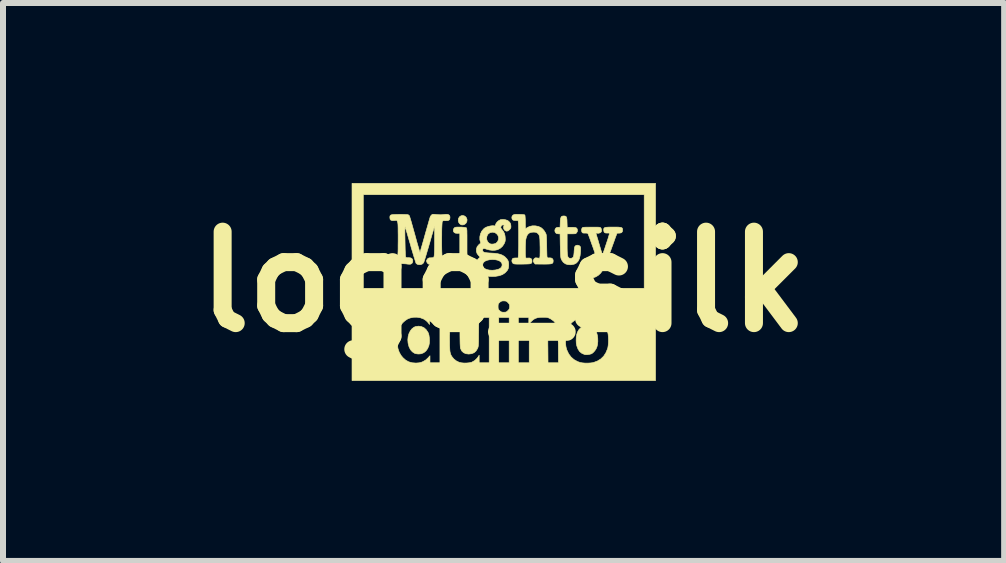
<source format=kicad_pcb>
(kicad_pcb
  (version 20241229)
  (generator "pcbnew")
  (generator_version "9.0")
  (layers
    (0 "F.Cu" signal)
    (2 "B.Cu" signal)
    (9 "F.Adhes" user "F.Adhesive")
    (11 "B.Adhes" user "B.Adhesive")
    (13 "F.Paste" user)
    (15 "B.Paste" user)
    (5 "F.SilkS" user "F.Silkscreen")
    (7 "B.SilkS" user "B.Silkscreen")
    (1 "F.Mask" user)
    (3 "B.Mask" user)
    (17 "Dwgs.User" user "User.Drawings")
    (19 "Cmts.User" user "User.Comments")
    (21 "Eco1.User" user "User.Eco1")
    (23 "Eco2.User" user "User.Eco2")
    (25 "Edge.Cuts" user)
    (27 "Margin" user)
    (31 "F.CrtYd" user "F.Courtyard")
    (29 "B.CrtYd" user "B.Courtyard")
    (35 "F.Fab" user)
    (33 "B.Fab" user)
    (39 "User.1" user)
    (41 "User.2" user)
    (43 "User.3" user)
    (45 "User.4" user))
  (footprint "logo_silk"
    (layer "F.Cu")
    (at 5.341 1.645)
    (property "Reference" "logo_silk" (at 0 0 0) (layer "F.SilkS") (effects (font (size 1.524 1.524) (thickness 0.3))))
    (attr through_hole)
    (fp_poly (pts (xy -0.655 -1.098) (xy -0.632 -1.083) (xy -0.616 -1.061) (xy -0.608 -1.033) (xy -0.611 -1.005) (xy -0.624 -0.978) (xy -0.646 -0.958) (xy -0.673 -0.947) (xy -0.7 -0.948) (xy -0.708 -0.95) (xy -0.733 -0.968) (xy -0.749 -0.993) (xy -0.755 -1.023) (xy -0.751 -1.053) (xy -0.736 -1.079) (xy -0.734 -1.082) (xy -0.708 -1.099) (xy -0.681 -1.104) (xy -0.655 -1.098)) (stroke (width 0.01) (type solid)) (fill yes) (layer "F.SilkS"))
    (fp_poly (pts (xy -1.369 0.747) (xy -1.326 0.766) (xy -1.29 0.798) (xy -1.26 0.842) (xy -1.253 0.856) (xy -1.243 0.889) (xy -1.237 0.932) (xy -1.234 0.978) (xy -1.236 1.022) (xy -1.243 1.059) (xy -1.243 1.06) (xy -1.264 1.112) (xy -1.293 1.153) (xy -1.33 1.183) (xy -1.373 1.2) (xy -1.412 1.204) (xy -1.441 1.202) (xy -1.468 1.197) (xy -1.48 1.193) (xy -1.519 1.168) (xy -1.551 1.132) (xy -1.575 1.084) (xy -1.59 1.026) (xy -1.591 1.024) (xy -1.595 0.968) (xy -1.59 0.914) (xy -1.576 0.864) (xy -1.554 0.82) (xy -1.526 0.784) (xy -1.492 0.758) (xy -1.466 0.747) (xy -1.416 0.74) (xy -1.369 0.747)) (stroke (width 0.01) (type solid)) (fill yes) (layer "F.SilkS"))
    (fp_poly (pts (xy 1.439 0.739) (xy 1.481 0.757) (xy 1.516 0.788) (xy 1.543 0.831) (xy 1.553 0.854) (xy 1.564 0.895) (xy 1.57 0.943) (xy 1.571 0.995) (xy 1.566 1.045) (xy 1.557 1.083) (xy 1.542 1.118) (xy 1.52 1.151) (xy 1.494 1.179) (xy 1.469 1.199) (xy 1.463 1.201) (xy 1.432 1.21) (xy 1.397 1.215) (xy 1.365 1.215) (xy 1.353 1.213) (xy 1.307 1.194) (xy 1.269 1.164) (xy 1.241 1.122) (xy 1.221 1.069) (xy 1.212 1.024) (xy 1.21 0.975) (xy 1.212 0.925) (xy 1.22 0.878) (xy 1.232 0.84) (xy 1.232 0.84) (xy 1.259 0.794) (xy 1.292 0.762) (xy 1.333 0.741) (xy 1.381 0.733) (xy 1.39 0.733) (xy 1.439 0.739)) (stroke (width 0.01) (type solid)) (fill yes) (layer "F.SilkS"))
    (fp_poly (pts (xy -0.703 -0.911) (xy -0.671 -0.908) (xy -0.643 -0.905) (xy -0.624 -0.901) (xy -0.619 -0.898) (xy -0.616 -0.893) (xy -0.614 -0.884) (xy -0.612 -0.869) (xy -0.61 -0.847) (xy -0.61 -0.816) (xy -0.609 -0.776) (xy -0.609 -0.724) (xy -0.609 -0.659) (xy -0.609 -0.652) (xy -0.609 -0.594) (xy -0.609 -0.541) (xy -0.609 -0.494) (xy -0.608 -0.455) (xy -0.607 -0.426) (xy -0.606 -0.409) (xy -0.606 -0.405) (xy -0.6 -0.397) (xy -0.587 -0.395) (xy -0.566 -0.397) (xy -0.543 -0.398) (xy -0.528 -0.395) (xy -0.516 -0.386) (xy -0.503 -0.363) (xy -0.502 -0.337) (xy -0.513 -0.313) (xy -0.515 -0.311) (xy -0.523 -0.302) (xy -0.532 -0.298) (xy -0.547 -0.296) (xy -0.571 -0.296) (xy -0.585 -0.297) (xy -0.627 -0.299) (xy -0.658 -0.3) (xy -0.682 -0.3) (xy -0.703 -0.299) (xy -0.725 -0.297) (xy -0.748 -0.295) (xy -0.777 -0.293) (xy -0.796 -0.293) (xy -0.808 -0.296) (xy -0.819 -0.302) (xy -0.82 -0.303) (xy -0.833 -0.32) (xy -0.837 -0.343) (xy -0.837 -0.345) (xy -0.832 -0.372) (xy -0.816 -0.389) (xy -0.79 -0.398) (xy -0.766 -0.398) (xy -0.729 -0.396) (xy -0.729 -0.809) (xy -0.764 -0.807) (xy -0.798 -0.809) (xy -0.821 -0.819) (xy -0.834 -0.838) (xy -0.835 -0.838) (xy -0.837 -0.862) (xy -0.83 -0.885) (xy -0.815 -0.902) (xy -0.81 -0.905) (xy -0.794 -0.909) (xy -0.769 -0.911) (xy -0.737 -0.911) (xy -0.703 -0.911)) (stroke (width 0.01) (type solid)) (fill yes) (layer "F.SilkS"))
    (fp_poly (pts (xy 1.022 -1.095) (xy 1.037 -1.09) (xy 1.047 -1.079) (xy 1.053 -1.059) (xy 1.057 -1.03) (xy 1.058 -0.991) (xy 1.061 -0.907) (xy 1.131 -0.907) (xy 1.17 -0.906) (xy 1.197 -0.903) (xy 1.214 -0.897) (xy 1.224 -0.886) (xy 1.23 -0.869) (xy 1.231 -0.864) (xy 1.231 -0.84) (xy 1.22 -0.82) (xy 1.219 -0.818) (xy 1.211 -0.809) (xy 1.203 -0.803) (xy 1.191 -0.8) (xy 1.172 -0.799) (xy 1.142 -0.798) (xy 1.132 -0.798) (xy 1.06 -0.798) (xy 1.06 -0.624) (xy 1.06 -0.561) (xy 1.061 -0.511) (xy 1.063 -0.473) (xy 1.066 -0.444) (xy 1.07 -0.423) (xy 1.077 -0.409) (xy 1.085 -0.399) (xy 1.096 -0.393) (xy 1.099 -0.392) (xy 1.125 -0.389) (xy 1.149 -0.399) (xy 1.161 -0.41) (xy 1.167 -0.425) (xy 1.172 -0.453) (xy 1.176 -0.494) (xy 1.176 -0.501) (xy 1.179 -0.54) (xy 1.182 -0.566) (xy 1.187 -0.583) (xy 1.193 -0.594) (xy 1.194 -0.595) (xy 1.213 -0.607) (xy 1.238 -0.609) (xy 1.262 -0.601) (xy 1.271 -0.594) (xy 1.278 -0.586) (xy 1.282 -0.577) (xy 1.284 -0.563) (xy 1.284 -0.542) (xy 1.283 -0.51) (xy 1.283 -0.502) (xy 1.276 -0.436) (xy 1.263 -0.383) (xy 1.242 -0.342) (xy 1.214 -0.312) (xy 1.178 -0.293) (xy 1.134 -0.284) (xy 1.108 -0.283) (xy 1.07 -0.286) (xy 1.038 -0.296) (xy 1.03 -0.299) (xy 0.995 -0.325) (xy 0.969 -0.362) (xy 0.957 -0.391) (xy 0.954 -0.407) (xy 0.951 -0.436) (xy 0.949 -0.477) (xy 0.947 -0.528) (xy 0.946 -0.588) (xy 0.945 -0.608) (xy 0.942 -0.798) (xy 0.917 -0.798) (xy 0.887 -0.802) (xy 0.868 -0.815) (xy 0.858 -0.833) (xy 0.855 -0.858) (xy 0.86 -0.876) (xy 0.871 -0.894) (xy 0.888 -0.904) (xy 0.914 -0.907) (xy 0.918 -0.907) (xy 0.942 -0.907) (xy 0.945 -0.987) (xy 0.947 -1.029) (xy 0.952 -1.059) (xy 0.96 -1.079) (xy 0.971 -1.09) (xy 0.988 -1.095) (xy 1.001 -1.096) (xy 1.022 -1.095)) (stroke (width 0.01) (type solid)) (fill yes) (layer "F.SilkS"))
    (fp_poly (pts (xy 1.915 -0.91) (xy 1.944 -0.907) (xy 1.963 -0.903) (xy 1.975 -0.896) (xy 1.982 -0.885) (xy 1.984 -0.871) (xy 1.984 -0.861) (xy 1.98 -0.835) (xy 1.966 -0.818) (xy 1.941 -0.811) (xy 1.925 -0.81) (xy 1.891 -0.809) (xy 1.86 -0.726) (xy 1.849 -0.695) (xy 1.834 -0.653) (xy 1.816 -0.604) (xy 1.797 -0.551) (xy 1.777 -0.497) (xy 1.767 -0.468) (xy 1.74 -0.394) (xy 1.716 -0.332) (xy 1.695 -0.28) (xy 1.676 -0.238) (xy 1.658 -0.204) (xy 1.641 -0.175) (xy 1.624 -0.152) (xy 1.615 -0.14) (xy 1.575 -0.104) (xy 1.528 -0.078) (xy 1.477 -0.063) (xy 1.426 -0.06) (xy 1.394 -0.065) (xy 1.361 -0.079) (xy 1.328 -0.103) (xy 1.301 -0.131) (xy 1.294 -0.142) (xy 1.28 -0.177) (xy 1.279 -0.211) (xy 1.287 -0.243) (xy 1.305 -0.269) (xy 1.331 -0.287) (xy 1.363 -0.294) (xy 1.365 -0.294) (xy 1.394 -0.287) (xy 1.417 -0.27) (xy 1.43 -0.246) (xy 1.433 -0.218) (xy 1.426 -0.194) (xy 1.419 -0.178) (xy 1.415 -0.17) (xy 1.415 -0.169) (xy 1.422 -0.168) (xy 1.438 -0.167) (xy 1.445 -0.167) (xy 1.483 -0.174) (xy 1.518 -0.192) (xy 1.546 -0.22) (xy 1.566 -0.255) (xy 1.575 -0.294) (xy 1.575 -0.3) (xy 1.573 -0.315) (xy 1.568 -0.338) (xy 1.559 -0.37) (xy 1.546 -0.412) (xy 1.528 -0.464) (xy 1.506 -0.529) (xy 1.494 -0.564) (xy 1.474 -0.619) (xy 1.456 -0.67) (xy 1.44 -0.715) (xy 1.426 -0.753) (xy 1.415 -0.781) (xy 1.408 -0.799) (xy 1.406 -0.804) (xy 1.394 -0.809) (xy 1.37 -0.811) (xy 1.359 -0.811) (xy 1.334 -0.811) (xy 1.319 -0.814) (xy 1.31 -0.822) (xy 1.309 -0.823) (xy 1.301 -0.844) (xy 1.3 -0.868) (xy 1.306 -0.889) (xy 1.31 -0.896) (xy 1.315 -0.9) (xy 1.318 -0.903) (xy 1.323 -0.906) (xy 1.332 -0.907) (xy 1.346 -0.908) (xy 1.367 -0.909) (xy 1.398 -0.909) (xy 1.44 -0.91) (xy 1.469 -0.91) (xy 1.518 -0.91) (xy 1.554 -0.91) (xy 1.58 -0.909) (xy 1.597 -0.908) (xy 1.609 -0.905) (xy 1.616 -0.902) (xy 1.62 -0.898) (xy 1.629 -0.882) (xy 1.633 -0.859) (xy 1.631 -0.837) (xy 1.627 -0.83) (xy 1.61 -0.816) (xy 1.584 -0.808) (xy 1.562 -0.809) (xy 1.545 -0.811) (xy 1.539 -0.808) (xy 1.54 -0.804) (xy 1.543 -0.795) (xy 1.55 -0.774) (xy 1.559 -0.742) (xy 1.571 -0.704) (xy 1.584 -0.659) (xy 1.593 -0.628) (xy 1.609 -0.574) (xy 1.621 -0.533) (xy 1.631 -0.502) (xy 1.638 -0.481) (xy 1.642 -0.467) (xy 1.646 -0.46) (xy 1.648 -0.457) (xy 1.65 -0.457) (xy 1.651 -0.459) (xy 1.655 -0.467) (xy 1.663 -0.487) (xy 1.673 -0.516) (xy 1.686 -0.552) (xy 1.699 -0.592) (xy 1.713 -0.634) (xy 1.727 -0.676) (xy 1.74 -0.715) (xy 1.75 -0.749) (xy 1.758 -0.776) (xy 1.763 -0.792) (xy 1.763 -0.796) (xy 1.762 -0.806) (xy 1.756 -0.811) (xy 1.741 -0.812) (xy 1.726 -0.811) (xy 1.697 -0.813) (xy 1.679 -0.823) (xy 1.671 -0.843) (xy 1.669 -0.864) (xy 1.67 -0.879) (xy 1.673 -0.891) (xy 1.681 -0.899) (xy 1.695 -0.905) (xy 1.716 -0.908) (xy 1.748 -0.91) (xy 1.791 -0.911) (xy 1.823 -0.911) (xy 1.876 -0.911) (xy 1.915 -0.91)) (stroke (width 0.01) (type solid)) (fill yes) (layer "F.SilkS"))
    (fp_poly (pts (xy 0.253 -1.122) (xy 0.262 -1.122) (xy 0.301 -1.121) (xy 0.328 -1.119) (xy 0.345 -1.117) (xy 0.354 -1.112) (xy 0.356 -1.11) (xy 0.358 -1.099) (xy 0.36 -1.077) (xy 0.362 -1.046) (xy 0.363 -1.009) (xy 0.363 -0.992) (xy 0.363 -0.955) (xy 0.364 -0.923) (xy 0.365 -0.9) (xy 0.366 -0.887) (xy 0.366 -0.885) (xy 0.374 -0.889) (xy 0.389 -0.898) (xy 0.396 -0.903) (xy 0.436 -0.922) (xy 0.483 -0.932) (xy 0.533 -0.931) (xy 0.582 -0.921) (xy 0.624 -0.902) (xy 0.654 -0.877) (xy 0.682 -0.843) (xy 0.704 -0.805) (xy 0.711 -0.785) (xy 0.713 -0.77) (xy 0.715 -0.743) (xy 0.717 -0.707) (xy 0.718 -0.663) (xy 0.719 -0.616) (xy 0.719 -0.599) (xy 0.72 -0.551) (xy 0.721 -0.506) (xy 0.722 -0.468) (xy 0.723 -0.439) (xy 0.724 -0.421) (xy 0.725 -0.417) (xy 0.729 -0.404) (xy 0.737 -0.398) (xy 0.752 -0.397) (xy 0.761 -0.398) (xy 0.793 -0.396) (xy 0.815 -0.384) (xy 0.826 -0.364) (xy 0.827 -0.35) (xy 0.826 -0.332) (xy 0.823 -0.318) (xy 0.814 -0.308) (xy 0.8 -0.301) (xy 0.777 -0.297) (xy 0.745 -0.295) (xy 0.701 -0.294) (xy 0.657 -0.294) (xy 0.527 -0.295) (xy 0.51 -0.315) (xy 0.496 -0.337) (xy 0.496 -0.357) (xy 0.508 -0.38) (xy 0.509 -0.381) (xy 0.52 -0.392) (xy 0.53 -0.398) (xy 0.547 -0.398) (xy 0.563 -0.396) (xy 0.602 -0.392) (xy 0.606 -0.416) (xy 0.608 -0.431) (xy 0.608 -0.457) (xy 0.609 -0.493) (xy 0.609 -0.536) (xy 0.609 -0.583) (xy 0.608 -0.596) (xy 0.607 -0.653) (xy 0.606 -0.697) (xy 0.603 -0.731) (xy 0.599 -0.756) (xy 0.593 -0.775) (xy 0.585 -0.789) (xy 0.575 -0.801) (xy 0.562 -0.812) (xy 0.545 -0.822) (xy 0.524 -0.826) (xy 0.497 -0.827) (xy 0.455 -0.823) (xy 0.422 -0.808) (xy 0.398 -0.783) (xy 0.381 -0.746) (xy 0.37 -0.7) (xy 0.368 -0.675) (xy 0.366 -0.641) (xy 0.364 -0.601) (xy 0.363 -0.558) (xy 0.363 -0.516) (xy 0.363 -0.476) (xy 0.364 -0.442) (xy 0.366 -0.418) (xy 0.368 -0.408) (xy 0.372 -0.398) (xy 0.379 -0.394) (xy 0.395 -0.394) (xy 0.406 -0.395) (xy 0.438 -0.395) (xy 0.46 -0.385) (xy 0.472 -0.365) (xy 0.474 -0.345) (xy 0.473 -0.329) (xy 0.47 -0.317) (xy 0.463 -0.308) (xy 0.45 -0.302) (xy 0.43 -0.298) (xy 0.4 -0.296) (xy 0.36 -0.295) (xy 0.311 -0.294) (xy 0.262 -0.294) (xy 0.226 -0.294) (xy 0.2 -0.295) (xy 0.182 -0.297) (xy 0.171 -0.299) (xy 0.163 -0.303) (xy 0.156 -0.308) (xy 0.154 -0.31) (xy 0.141 -0.332) (xy 0.139 -0.358) (xy 0.148 -0.381) (xy 0.158 -0.39) (xy 0.173 -0.394) (xy 0.199 -0.396) (xy 0.201 -0.396) (xy 0.243 -0.396) (xy 0.248 -0.45) (xy 0.249 -0.475) (xy 0.25 -0.511) (xy 0.251 -0.556) (xy 0.252 -0.608) (xy 0.252 -0.664) (xy 0.252 -0.722) (xy 0.252 -0.779) (xy 0.252 -0.834) (xy 0.251 -0.884) (xy 0.25 -0.926) (xy 0.249 -0.958) (xy 0.248 -0.976) (xy 0.243 -1.02) (xy 0.214 -1.02) (xy 0.192 -1.021) (xy 0.175 -1.022) (xy 0.173 -1.022) (xy 0.154 -1.03) (xy 0.142 -1.047) (xy 0.138 -1.068) (xy 0.142 -1.091) (xy 0.156 -1.109) (xy 0.156 -1.109) (xy 0.166 -1.115) (xy 0.177 -1.119) (xy 0.193 -1.122) (xy 0.218 -1.123) (xy 0.253 -1.122)) (stroke (width 0.01) (type solid)) (fill yes) (layer "F.SilkS"))
    (fp_poly (pts (xy 0.031 -1.033) (xy 0.065 -1.022) (xy 0.075 -1.016) (xy 0.104 -0.99) (xy 0.119 -0.959) (xy 0.123 -0.925) (xy 0.122 -0.902) (xy 0.114 -0.884) (xy 0.099 -0.867) (xy 0.073 -0.847) (xy 0.049 -0.843) (xy 0.027 -0.852) (xy 0.018 -0.86) (xy 0.005 -0.879) (xy -0.000115 -0.902) (xy 0.002 -0.923) (xy 0.008 -0.934) (xy 0.011 -0.941) (xy 0.000382 -0.947) (xy -0.019 -0.946) (xy -0.036 -0.933) (xy -0.044 -0.916) (xy -0.047 -0.903) (xy -0.042 -0.891) (xy -0.029 -0.873) (xy -0.026 -0.869) (xy -0.000107 -0.835) (xy 0.016 -0.802) (xy 0.025 -0.763) (xy 0.028 -0.731) (xy 0.029 -0.7) (xy 0.027 -0.677) (xy 0.021 -0.658) (xy 0.011 -0.635) (xy -0.017 -0.592) (xy -0.056 -0.557) (xy -0.1 -0.534) (xy -0.104 -0.533) (xy -0.144 -0.525) (xy -0.19 -0.524) (xy -0.238 -0.53) (xy -0.282 -0.542) (xy -0.288 -0.544) (xy -0.317 -0.554) (xy -0.336 -0.553) (xy -0.346 -0.542) (xy -0.348 -0.526) (xy -0.346 -0.511) (xy -0.339 -0.5) (xy -0.325 -0.492) (xy -0.302 -0.486) (xy -0.269 -0.482) (xy -0.223 -0.478) (xy -0.212 -0.478) (xy -0.148 -0.474) (xy -0.097 -0.467) (xy -0.056 -0.457) (xy -0.022 -0.444) (xy 0.008 -0.426) (xy 0.025 -0.413) (xy 0.056 -0.381) (xy 0.076 -0.349) (xy 0.085 -0.314) (xy 0.086 -0.271) (xy 0.083 -0.241) (xy 0.078 -0.219) (xy 0.069 -0.2) (xy 0.061 -0.187) (xy 0.026 -0.149) (xy -0.019 -0.119) (xy -0.075 -0.1) (xy -0.141 -0.089) (xy -0.194 -0.088) (xy -0.229 -0.089) (xy -0.264 -0.092) (xy -0.293 -0.096) (xy -0.301 -0.097) (xy -0.357 -0.117) (xy -0.401 -0.144) (xy -0.435 -0.179) (xy -0.456 -0.221) (xy -0.464 -0.268) (xy -0.464 -0.273) (xy -0.463 -0.292) (xy -0.347 -0.292) (xy -0.346 -0.264) (xy -0.337 -0.241) (xy -0.314 -0.219) (xy -0.279 -0.203) (xy -0.236 -0.194) (xy -0.188 -0.191) (xy -0.136 -0.196) (xy -0.089 -0.207) (xy -0.055 -0.223) (xy -0.034 -0.244) (xy -0.032 -0.247) (xy -0.023 -0.277) (xy -0.027 -0.305) (xy -0.041 -0.326) (xy -0.066 -0.346) (xy -0.101 -0.36) (xy -0.142 -0.368) (xy -0.186 -0.37) (xy -0.231 -0.367) (xy -0.272 -0.358) (xy -0.308 -0.343) (xy -0.333 -0.323) (xy -0.337 -0.318) (xy -0.347 -0.292) (xy -0.463 -0.292) (xy -0.462 -0.311) (xy -0.452 -0.34) (xy -0.433 -0.368) (xy -0.42 -0.382) (xy -0.391 -0.411) (xy -0.416 -0.437) (xy -0.441 -0.47) (xy -0.453 -0.508) (xy -0.452 -0.546) (xy -0.44 -0.583) (xy -0.415 -0.614) (xy -0.398 -0.629) (xy -0.383 -0.642) (xy -0.382 -0.653) (xy -0.395 -0.7) (xy -0.395 -0.733) (xy -0.282 -0.733) (xy -0.279 -0.7) (xy -0.267 -0.67) (xy -0.246 -0.646) (xy -0.217 -0.63) (xy -0.214 -0.629) (xy -0.191 -0.627) (xy -0.162 -0.63) (xy -0.136 -0.637) (xy -0.125 -0.643) (xy -0.1 -0.667) (xy -0.086 -0.699) (xy -0.082 -0.733) (xy -0.091 -0.767) (xy -0.092 -0.769) (xy -0.115 -0.799) (xy -0.145 -0.819) (xy -0.18 -0.826) (xy -0.216 -0.821) (xy -0.232 -0.814) (xy -0.259 -0.793) (xy -0.275 -0.764) (xy -0.282 -0.733) (xy -0.395 -0.733) (xy -0.395 -0.75) (xy -0.384 -0.798) (xy -0.363 -0.843) (xy -0.332 -0.88) (xy -0.314 -0.895) (xy -0.284 -0.911) (xy -0.248 -0.923) (xy -0.21 -0.931) (xy -0.177 -0.934) (xy -0.167 -0.933) (xy -0.149 -0.93) (xy -0.14 -0.934) (xy -0.135 -0.946) (xy -0.134 -0.951) (xy -0.123 -0.975) (xy -0.103 -1) (xy -0.077 -1.021) (xy -0.052 -1.033) (xy -0.047 -1.035) (xy -0.008 -1.038) (xy 0.031 -1.033)) (stroke (width 0.01) (type solid)) (fill yes) (layer "F.SilkS"))
    (fp_poly (pts (xy -1.142 -1.123) (xy -1.119 -1.12) (xy -1.079 -1.117) (xy -1.042 -1.116) (xy -1.016 -1.118) (xy -0.97 -1.123) (xy -0.937 -1.123) (xy -0.914 -1.116) (xy -0.9 -1.103) (xy -0.893 -1.082) (xy -0.893 -1.067) (xy -0.897 -1.042) (xy -0.91 -1.026) (xy -0.933 -1.018) (xy -0.968 -1.017) (xy -0.97 -1.017) (xy -0.994 -1.018) (xy -1.008 -1.016) (xy -1.016 -1.01) (xy -1.021 -1.001) (xy -1.023 -0.99) (xy -1.025 -0.965) (xy -1.027 -0.93) (xy -1.029 -0.887) (xy -1.03 -0.837) (xy -1.03 -0.782) (xy -1.031 -0.725) (xy -1.031 -0.668) (xy -1.031 -0.612) (xy -1.03 -0.56) (xy -1.029 -0.513) (xy -1.027 -0.473) (xy -1.026 -0.444) (xy -1.023 -0.425) (xy -1.023 -0.422) (xy -1.018 -0.41) (xy -1.011 -0.403) (xy -1 -0.4) (xy -0.979 -0.399) (xy -0.966 -0.399) (xy -0.937 -0.398) (xy -0.918 -0.395) (xy -0.907 -0.388) (xy -0.905 -0.386) (xy -0.895 -0.365) (xy -0.893 -0.34) (xy -0.9 -0.315) (xy -0.908 -0.304) (xy -0.916 -0.297) (xy -0.925 -0.293) (xy -0.939 -0.291) (xy -0.96 -0.292) (xy -0.992 -0.294) (xy -0.993 -0.294) (xy -1.046 -0.298) (xy -1.089 -0.3) (xy -1.127 -0.3) (xy -1.166 -0.297) (xy -1.192 -0.295) (xy -1.22 -0.292) (xy -1.238 -0.292) (xy -1.25 -0.294) (xy -1.259 -0.301) (xy -1.266 -0.307) (xy -1.281 -0.331) (xy -1.283 -0.355) (xy -1.269 -0.378) (xy -1.267 -0.381) (xy -1.253 -0.392) (xy -1.236 -0.398) (xy -1.211 -0.399) (xy -1.209 -0.399) (xy -1.185 -0.4) (xy -1.17 -0.404) (xy -1.162 -0.412) (xy -1.16 -0.415) (xy -1.157 -0.424) (xy -1.155 -0.44) (xy -1.153 -0.465) (xy -1.151 -0.499) (xy -1.15 -0.545) (xy -1.149 -0.603) (xy -1.149 -0.673) (xy -1.149 -0.682) (xy -1.149 -0.74) (xy -1.148 -0.793) (xy -1.149 -0.84) (xy -1.149 -0.878) (xy -1.149 -0.905) (xy -1.15 -0.922) (xy -1.15 -0.925) (xy -1.153 -0.917) (xy -1.159 -0.896) (xy -1.168 -0.864) (xy -1.18 -0.823) (xy -1.195 -0.774) (xy -1.211 -0.718) (xy -1.228 -0.657) (xy -1.238 -0.624) (xy -1.256 -0.561) (xy -1.274 -0.502) (xy -1.29 -0.448) (xy -1.304 -0.401) (xy -1.316 -0.363) (xy -1.325 -0.335) (xy -1.331 -0.318) (xy -1.333 -0.315) (xy -1.353 -0.296) (xy -1.382 -0.285) (xy -1.413 -0.285) (xy -1.434 -0.29) (xy -1.45 -0.3) (xy -1.457 -0.306) (xy -1.461 -0.316) (xy -1.468 -0.337) (xy -1.478 -0.37) (xy -1.491 -0.411) (xy -1.506 -0.461) (xy -1.523 -0.518) (xy -1.541 -0.579) (xy -1.55 -0.614) (xy -1.569 -0.677) (xy -1.586 -0.736) (xy -1.601 -0.789) (xy -1.615 -0.835) (xy -1.626 -0.872) (xy -1.634 -0.899) (xy -1.64 -0.914) (xy -1.641 -0.917) (xy -1.642 -0.912) (xy -1.643 -0.894) (xy -1.644 -0.866) (xy -1.644 -0.829) (xy -1.644 -0.786) (xy -1.643 -0.738) (xy -1.642 -0.687) (xy -1.641 -0.635) (xy -1.64 -0.584) (xy -1.639 -0.537) (xy -1.637 -0.495) (xy -1.636 -0.459) (xy -1.634 -0.433) (xy -1.633 -0.418) (xy -1.632 -0.416) (xy -1.627 -0.406) (xy -1.617 -0.402) (xy -1.598 -0.4) (xy -1.588 -0.401) (xy -1.554 -0.399) (xy -1.531 -0.39) (xy -1.517 -0.374) (xy -1.513 -0.359) (xy -1.513 -0.331) (xy -1.525 -0.308) (xy -1.546 -0.294) (xy -1.55 -0.293) (xy -1.565 -0.292) (xy -1.591 -0.293) (xy -1.62 -0.297) (xy -1.627 -0.298) (xy -1.708 -0.303) (xy -1.744 -0.301) (xy -1.792 -0.297) (xy -1.827 -0.295) (xy -1.851 -0.295) (xy -1.868 -0.298) (xy -1.879 -0.303) (xy -1.884 -0.308) (xy -1.893 -0.331) (xy -1.893 -0.357) (xy -1.883 -0.38) (xy -1.879 -0.385) (xy -1.866 -0.395) (xy -1.848 -0.399) (xy -1.826 -0.399) (xy -1.803 -0.398) (xy -1.786 -0.398) (xy -1.781 -0.398) (xy -1.775 -0.401) (xy -1.77 -0.408) (xy -1.766 -0.42) (xy -1.762 -0.439) (xy -1.76 -0.467) (xy -1.758 -0.503) (xy -1.757 -0.55) (xy -1.757 -0.608) (xy -1.756 -0.68) (xy -1.756 -0.709) (xy -1.756 -0.78) (xy -1.757 -0.839) (xy -1.757 -0.886) (xy -1.758 -0.923) (xy -1.759 -0.951) (xy -1.761 -0.971) (xy -1.763 -0.986) (xy -1.766 -0.996) (xy -1.767 -0.999) (xy -1.778 -1.025) (xy -1.818 -1.02) (xy -1.853 -1.019) (xy -1.877 -1.026) (xy -1.89 -1.042) (xy -1.894 -1.066) (xy -1.894 -1.084) (xy -1.891 -1.097) (xy -1.885 -1.107) (xy -1.873 -1.114) (xy -1.853 -1.118) (xy -1.824 -1.12) (xy -1.784 -1.121) (xy -1.737 -1.122) (xy -1.693 -1.122) (xy -1.654 -1.121) (xy -1.621 -1.12) (xy -1.599 -1.118) (xy -1.588 -1.116) (xy -1.574 -1.105) (xy -1.567 -1.095) (xy -1.564 -1.085) (xy -1.557 -1.062) (xy -1.547 -1.029) (xy -1.534 -0.986) (xy -1.52 -0.935) (xy -1.504 -0.878) (xy -1.487 -0.817) (xy -1.477 -0.782) (xy -1.46 -0.719) (xy -1.444 -0.661) (xy -1.429 -0.609) (xy -1.416 -0.565) (xy -1.406 -0.53) (xy -1.398 -0.505) (xy -1.393 -0.492) (xy -1.392 -0.49) (xy -1.389 -0.499) (xy -1.383 -0.519) (xy -1.374 -0.551) (xy -1.362 -0.592) (xy -1.348 -0.641) (xy -1.332 -0.697) (xy -1.315 -0.758) (xy -1.307 -0.787) (xy -1.289 -0.85) (xy -1.272 -0.908) (xy -1.257 -0.961) (xy -1.244 -1.007) (xy -1.233 -1.044) (xy -1.225 -1.071) (xy -1.22 -1.086) (xy -1.219 -1.088) (xy -1.209 -1.102) (xy -1.198 -1.114) (xy -1.189 -1.12) (xy -1.179 -1.124) (xy -1.165 -1.124) (xy -1.142 -1.123)) (stroke (width 0.01) (type solid)) (fill yes) (layer "F.SilkS"))
    (fp_poly (pts (xy 2.533 1.647) (xy -2.525 1.647) (xy -2.525 0.976) (xy -1.774 0.976) (xy -1.77 1.053) (xy -1.758 1.118) (xy -1.738 1.175) (xy -1.709 1.226) (xy -1.678 1.264) (xy -1.631 1.306) (xy -1.581 1.334) (xy -1.525 1.35) (xy -1.461 1.355) (xy -1.447 1.354) (xy -1.406 1.351) (xy -1.372 1.343) (xy -1.343 1.331) (xy -1.297 1.304) (xy -1.262 1.272) (xy -1.226 1.233) (xy -1.226 1.35) (xy -1.06 1.35) (xy -1.06 0.595) (xy -0.9 0.595) (xy -0.9 0.87) (xy -0.9 0.946) (xy -0.899 1.01) (xy -0.899 1.062) (xy -0.897 1.105) (xy -0.895 1.139) (xy -0.892 1.166) (xy -0.887 1.188) (xy -0.882 1.206) (xy -0.875 1.223) (xy -0.866 1.238) (xy -0.86 1.248) (xy -0.828 1.287) (xy -0.787 1.319) (xy -0.74 1.342) (xy -0.737 1.343) (xy -0.701 1.351) (xy -0.657 1.355) (xy -0.611 1.354) (xy -0.569 1.35) (xy -0.533 1.342) (xy -0.526 1.339) (xy -0.478 1.311) (xy -0.44 1.274) (xy -0.427 1.257) (xy -0.406 1.224) (xy -0.406 1.35) (xy -0.239 1.35) (xy -0.239 0.595) (xy -0.08 0.595) (xy -0.08 1.35) (xy 0.094 1.35) (xy 0.094 0.595) (xy 0.247 0.595) (xy 0.247 1.35) (xy 0.428 1.35) (xy 0.428 1.113) (xy 0.428 1.042) (xy 0.429 0.985) (xy 0.43 0.938) (xy 0.431 0.902) (xy 0.434 0.873) (xy 0.438 0.851) (xy 0.443 0.833) (xy 0.449 0.819) (xy 0.457 0.806) (xy 0.467 0.794) (xy 0.499 0.766) (xy 0.539 0.748) (xy 0.582 0.74) (xy 0.627 0.744) (xy 0.657 0.754) (xy 0.685 0.77) (xy 0.705 0.791) (xy 0.722 0.821) (xy 0.724 0.824) (xy 0.727 0.833) (xy 0.73 0.844) (xy 0.732 0.86) (xy 0.734 0.88) (xy 0.736 0.907) (xy 0.737 0.943) (xy 0.738 0.989) (xy 0.738 1.046) (xy 0.739 1.101) (xy 0.741 1.35) (xy 0.915 1.35) (xy 0.913 1.069) (xy 0.912 0.998) (xy 1.032 0.998) (xy 1.035 1.042) (xy 1.039 1.076) (xy 1.045 1.104) (xy 1.053 1.131) (xy 1.054 1.135) (xy 1.085 1.201) (xy 1.126 1.255) (xy 1.175 1.298) (xy 1.234 1.33) (xy 1.279 1.346) (xy 1.315 1.352) (xy 1.359 1.356) (xy 1.407 1.356) (xy 1.453 1.353) (xy 1.491 1.348) (xy 1.497 1.346) (xy 1.563 1.322) (xy 1.62 1.287) (xy 1.668 1.241) (xy 1.705 1.184) (xy 1.733 1.118) (xy 1.738 1.099) (xy 1.744 1.063) (xy 1.748 1.018) (xy 1.749 0.968) (xy 1.747 0.919) (xy 1.743 0.875) (xy 1.737 0.847) (xy 1.713 0.778) (xy 1.678 0.719) (xy 1.634 0.67) (xy 1.58 0.633) (xy 1.517 0.606) (xy 1.447 0.591) (xy 1.392 0.588) (xy 1.318 0.593) (xy 1.252 0.609) (xy 1.194 0.636) (xy 1.143 0.676) (xy 1.141 0.677) (xy 1.098 0.726) (xy 1.066 0.782) (xy 1.045 0.845) (xy 1.034 0.917) (xy 1.032 0.998) (xy 0.912 0.998) (xy 0.912 0.996) (xy 0.911 0.936) (xy 0.91 0.888) (xy 0.909 0.85) (xy 0.908 0.82) (xy 0.906 0.797) (xy 0.904 0.78) (xy 0.902 0.766) (xy 0.898 0.754) (xy 0.897 0.75) (xy 0.871 0.697) (xy 0.835 0.654) (xy 0.788 0.621) (xy 0.781 0.617) (xy 0.757 0.605) (xy 0.738 0.598) (xy 0.719 0.594) (xy 0.695 0.592) (xy 0.662 0.592) (xy 0.658 0.592) (xy 0.605 0.593) (xy 0.563 0.6) (xy 0.528 0.612) (xy 0.496 0.631) (xy 0.465 0.659) (xy 0.463 0.661) (xy 0.421 0.703) (xy 0.421 0.595) (xy 0.247 0.595) (xy 0.094 0.595) (xy -0.08 0.595) (xy -0.239 0.595) (xy -0.413 0.595) (xy -0.415 0.836) (xy -0.416 0.902) (xy -0.416 0.955) (xy -0.417 0.997) (xy -0.418 1.029) (xy -0.42 1.054) (xy -0.421 1.072) (xy -0.424 1.086) (xy -0.427 1.097) (xy -0.431 1.107) (xy -0.433 1.112) (xy -0.459 1.154) (xy -0.492 1.183) (xy -0.533 1.199) (xy -0.58 1.205) (xy -0.628 1.199) (xy -0.666 1.182) (xy -0.696 1.154) (xy -0.716 1.114) (xy -0.717 1.111) (xy -0.72 1.096) (xy -0.722 1.067) (xy -0.724 1.025) (xy -0.725 0.97) (xy -0.726 0.9) (xy -0.726 0.841) (xy -0.726 0.595) (xy -0.9 0.595) (xy -1.06 0.595) (xy -1.06 0.414) (xy -0.091 0.414) (xy -0.09 0.439) (xy -0.087 0.455) (xy -0.079 0.468) (xy -0.064 0.483) (xy -0.046 0.498) (xy -0.03 0.505) (xy -0.009 0.508) (xy 0.004 0.508) (xy 0.029 0.507) (xy 0.046 0.503) (xy 0.061 0.492) (xy 0.073 0.48) (xy 0.09 0.462) (xy 0.098 0.446) (xy 0.101 0.427) (xy 0.102 0.414) (xy 0.101 0.39) (xy 0.095 0.374) (xy 0.083 0.358) (xy 0.073 0.347) (xy 0.056 0.331) (xy 0.041 0.323) (xy 0.022 0.32) (xy 0.004 0.319) (xy -0.021 0.32) (xy -0.038 0.325) (xy -0.055 0.336) (xy -0.064 0.344) (xy -0.079 0.359) (xy -0.087 0.372) (xy -0.09 0.388) (xy -0.091 0.414) (xy -1.06 0.414) (xy -1.06 0.312) (xy -1.234 0.312) (xy -1.234 0.713) (xy -1.255 0.683) (xy -1.291 0.647) (xy -1.335 0.619) (xy -1.387 0.6) (xy -1.443 0.591) (xy -1.501 0.592) (xy -1.558 0.604) (xy -1.595 0.618) (xy -1.64 0.647) (xy -1.682 0.685) (xy -1.716 0.731) (xy -1.73 0.757) (xy -1.749 0.801) (xy -1.762 0.841) (xy -1.769 0.883) (xy -1.773 0.931) (xy -1.774 0.976) (xy -2.525 0.976) (xy -2.525 -1.451) (xy -2.337 -1.451) (xy -2.337 0.109) (xy 2.344 0.109) (xy 2.344 -1.451) (xy -2.337 -1.451) (xy -2.525 -1.451) (xy -2.525 -1.64) (xy 2.533 -1.64) (xy 2.533 1.647)) (stroke (width 0.01) (type solid)) (fill yes) (layer "F.SilkS")))
  (gr_rect
    (start -3 -3)
    (end 13.683 6.297)
    (stroke (width 0.1) (type default))
    (fill no)
    (layer "Edge.Cuts")))
</source>
